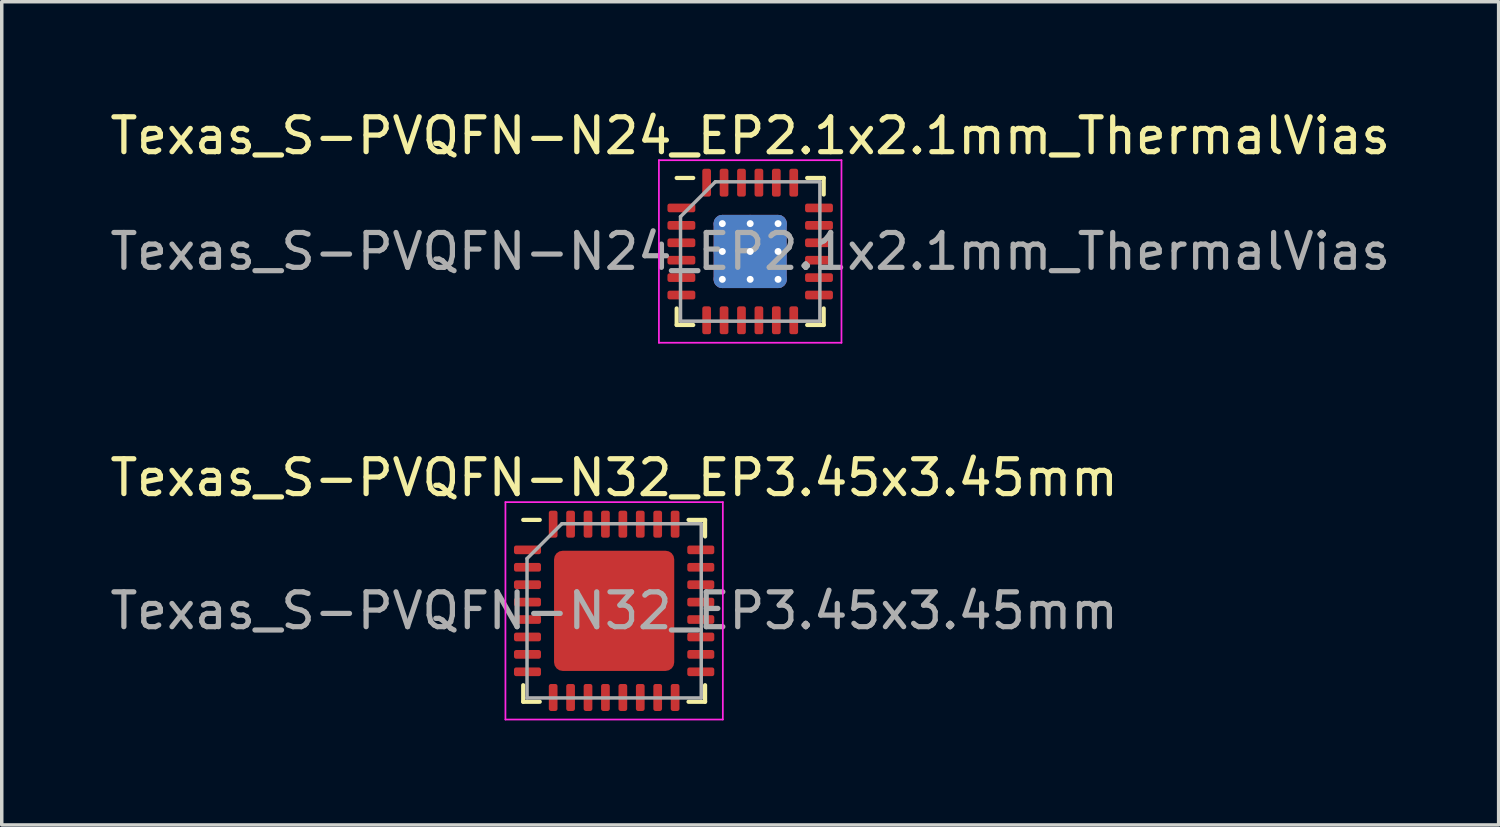
<source format=kicad_pcb>
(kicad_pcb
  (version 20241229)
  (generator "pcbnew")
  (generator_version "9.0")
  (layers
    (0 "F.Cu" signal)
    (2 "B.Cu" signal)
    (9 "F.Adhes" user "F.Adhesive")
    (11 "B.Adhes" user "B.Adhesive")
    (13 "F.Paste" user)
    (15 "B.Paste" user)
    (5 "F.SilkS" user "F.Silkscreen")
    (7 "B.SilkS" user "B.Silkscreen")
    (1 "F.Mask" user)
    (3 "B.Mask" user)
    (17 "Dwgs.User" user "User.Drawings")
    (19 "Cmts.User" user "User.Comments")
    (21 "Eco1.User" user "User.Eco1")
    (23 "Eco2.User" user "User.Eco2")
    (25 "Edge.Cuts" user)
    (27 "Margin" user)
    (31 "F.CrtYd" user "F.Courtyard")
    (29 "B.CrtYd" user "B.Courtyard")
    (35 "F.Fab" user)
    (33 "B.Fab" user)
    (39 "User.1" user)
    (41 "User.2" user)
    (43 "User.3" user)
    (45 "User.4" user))
  (footprint "Texas_S-PVQFN-N32_EP3.45x3.45mm"
    (layer "F.Cu")
    (at 14.577 14.482)
    (property "Reference" "Texas_S-PVQFN-N32_EP3.45x3.45mm" (at 0 -3.82 0) (layer "F.SilkS") (effects (font (size 1 1) (thickness 0.15))))
    (attr smd)
    (fp_line (start -2.61 2.61) (end -2.61 2.135) (stroke (width 0.12) (type solid)) (layer "F.SilkS"))
    (fp_line (start -2.135 -2.61) (end -2.61 -2.61) (stroke (width 0.12) (type solid)) (layer "F.SilkS"))
    (fp_line (start -2.135 2.61) (end -2.61 2.61) (stroke (width 0.12) (type solid)) (layer "F.SilkS"))
    (fp_line (start 2.135 -2.61) (end 2.61 -2.61) (stroke (width 0.12) (type solid)) (layer "F.SilkS"))
    (fp_line (start 2.135 2.61) (end 2.61 2.61) (stroke (width 0.12) (type solid)) (layer "F.SilkS"))
    (fp_line (start 2.61 -2.61) (end 2.61 -2.135) (stroke (width 0.12) (type solid)) (layer "F.SilkS"))
    (fp_line (start 2.61 2.61) (end 2.61 2.135) (stroke (width 0.12) (type solid)) (layer "F.SilkS"))
    (fp_line (start -3.12 -3.12) (end -3.12 3.12) (stroke (width 0.05) (type solid)) (layer "F.CrtYd"))
    (fp_line (start -3.12 3.12) (end 3.12 3.12) (stroke (width 0.05) (type solid)) (layer "F.CrtYd"))
    (fp_line (start 3.12 -3.12) (end -3.12 -3.12) (stroke (width 0.05) (type solid)) (layer "F.CrtYd"))
    (fp_line (start 3.12 3.12) (end 3.12 -3.12) (stroke (width 0.05) (type solid)) (layer "F.CrtYd"))
    (fp_line (start -2.5 -1.5) (end -1.5 -2.5) (stroke (width 0.1) (type solid)) (layer "F.Fab"))
    (fp_line (start -2.5 2.5) (end -2.5 -1.5) (stroke (width 0.1) (type solid)) (layer "F.Fab"))
    (fp_line (start -1.5 -2.5) (end 2.5 -2.5) (stroke (width 0.1) (type solid)) (layer "F.Fab"))
    (fp_line (start 2.5 -2.5) (end 2.5 2.5) (stroke (width 0.1) (type solid)) (layer "F.Fab"))
    (fp_line (start 2.5 2.5) (end -2.5 2.5) (stroke (width 0.1) (type solid)) (layer "F.Fab"))
    (fp_text user "${REFERENCE}" (at 0 0 0) (layer "F.Fab") (effects (font (size 1 1) (thickness 0.15))))
    (pad "" smd roundrect (at -1.15 -1.15) (size 0.93 0.93) (layers "F.Paste") (roundrect_rratio 0.25))
    (pad "" smd roundrect (at -1.15 0) (size 0.93 0.93) (layers "F.Paste") (roundrect_rratio 0.25))
    (pad "" smd roundrect (at -1.15 1.15) (size 0.93 0.93) (layers "F.Paste") (roundrect_rratio 0.25))
    (pad "" smd roundrect (at 0 -1.15) (size 0.93 0.93) (layers "F.Paste") (roundrect_rratio 0.25))
    (pad "" smd roundrect (at 0 0) (size 0.93 0.93) (layers "F.Paste") (roundrect_rratio 0.25))
    (pad "" smd roundrect (at 0 1.15) (size 0.93 0.93) (layers "F.Paste") (roundrect_rratio 0.25))
    (pad "" smd roundrect (at 1.15 -1.15) (size 0.93 0.93) (layers "F.Paste") (roundrect_rratio 0.25))
    (pad "" smd roundrect (at 1.15 0) (size 0.93 0.93) (layers "F.Paste") (roundrect_rratio 0.25))
    (pad "" smd roundrect (at 1.15 1.15) (size 0.93 0.93) (layers "F.Paste") (roundrect_rratio 0.25))
    (pad "1" smd roundrect (at -2.487 -1.75) (size 0.775 0.25) (layers "F.Cu" "F.Mask" "F.Paste") (roundrect_rratio 0.25))
    (pad "2" smd roundrect (at -2.487 -1.25) (size 0.775 0.25) (layers "F.Cu" "F.Mask" "F.Paste") (roundrect_rratio 0.25))
    (pad "3" smd roundrect (at -2.487 -0.75) (size 0.775 0.25) (layers "F.Cu" "F.Mask" "F.Paste") (roundrect_rratio 0.25))
    (pad "4" smd roundrect (at -2.487 -0.25) (size 0.775 0.25) (layers "F.Cu" "F.Mask" "F.Paste") (roundrect_rratio 0.25))
    (pad "5" smd roundrect (at -2.487 0.25) (size 0.775 0.25) (layers "F.Cu" "F.Mask" "F.Paste") (roundrect_rratio 0.25))
    (pad "6" smd roundrect (at -2.487 0.75) (size 0.775 0.25) (layers "F.Cu" "F.Mask" "F.Paste") (roundrect_rratio 0.25))
    (pad "7" smd roundrect (at -2.487 1.25) (size 0.775 0.25) (layers "F.Cu" "F.Mask" "F.Paste") (roundrect_rratio 0.25))
    (pad "8" smd roundrect (at -2.487 1.75) (size 0.775 0.25) (layers "F.Cu" "F.Mask" "F.Paste") (roundrect_rratio 0.25))
    (pad "9" smd roundrect (at -1.75 2.487) (size 0.25 0.775) (layers "F.Cu" "F.Mask" "F.Paste") (roundrect_rratio 0.25))
    (pad "10" smd roundrect (at -1.25 2.487) (size 0.25 0.775) (layers "F.Cu" "F.Mask" "F.Paste") (roundrect_rratio 0.25))
    (pad "11" smd roundrect (at -0.75 2.487) (size 0.25 0.775) (layers "F.Cu" "F.Mask" "F.Paste") (roundrect_rratio 0.25))
    (pad "12" smd roundrect (at -0.25 2.487) (size 0.25 0.775) (layers "F.Cu" "F.Mask" "F.Paste") (roundrect_rratio 0.25))
    (pad "13" smd roundrect (at 0.25 2.487) (size 0.25 0.775) (layers "F.Cu" "F.Mask" "F.Paste") (roundrect_rratio 0.25))
    (pad "14" smd roundrect (at 0.75 2.487) (size 0.25 0.775) (layers "F.Cu" "F.Mask" "F.Paste") (roundrect_rratio 0.25))
    (pad "15" smd roundrect (at 1.25 2.487) (size 0.25 0.775) (layers "F.Cu" "F.Mask" "F.Paste") (roundrect_rratio 0.25))
    (pad "16" smd roundrect (at 1.75 2.487) (size 0.25 0.775) (layers "F.Cu" "F.Mask" "F.Paste") (roundrect_rratio 0.25))
    (pad "17" smd roundrect (at 2.487 1.75) (size 0.775 0.25) (layers "F.Cu" "F.Mask" "F.Paste") (roundrect_rratio 0.25))
    (pad "18" smd roundrect (at 2.487 1.25) (size 0.775 0.25) (layers "F.Cu" "F.Mask" "F.Paste") (roundrect_rratio 0.25))
    (pad "19" smd roundrect (at 2.487 0.75) (size 0.775 0.25) (layers "F.Cu" "F.Mask" "F.Paste") (roundrect_rratio 0.25))
    (pad "20" smd roundrect (at 2.487 0.25) (size 0.775 0.25) (layers "F.Cu" "F.Mask" "F.Paste") (roundrect_rratio 0.25))
    (pad "21" smd roundrect (at 2.487 -0.25) (size 0.775 0.25) (layers "F.Cu" "F.Mask" "F.Paste") (roundrect_rratio 0.25))
    (pad "22" smd roundrect (at 2.487 -0.75) (size 0.775 0.25) (layers "F.Cu" "F.Mask" "F.Paste") (roundrect_rratio 0.25))
    (pad "23" smd roundrect (at 2.487 -1.25) (size 0.775 0.25) (layers "F.Cu" "F.Mask" "F.Paste") (roundrect_rratio 0.25))
    (pad "24" smd roundrect (at 2.487 -1.75) (size 0.775 0.25) (layers "F.Cu" "F.Mask" "F.Paste") (roundrect_rratio 0.25))
    (pad "25" smd roundrect (at 1.75 -2.487) (size 0.25 0.775) (layers "F.Cu" "F.Mask" "F.Paste") (roundrect_rratio 0.25))
    (pad "26" smd roundrect (at 1.25 -2.487) (size 0.25 0.775) (layers "F.Cu" "F.Mask" "F.Paste") (roundrect_rratio 0.25))
    (pad "27" smd roundrect (at 0.75 -2.487) (size 0.25 0.775) (layers "F.Cu" "F.Mask" "F.Paste") (roundrect_rratio 0.25))
    (pad "28" smd roundrect (at 0.25 -2.487) (size 0.25 0.775) (layers "F.Cu" "F.Mask" "F.Paste") (roundrect_rratio 0.25))
    (pad "29" smd roundrect (at -0.25 -2.487) (size 0.25 0.775) (layers "F.Cu" "F.Mask" "F.Paste") (roundrect_rratio 0.25))
    (pad "30" smd roundrect (at -0.75 -2.487) (size 0.25 0.775) (layers "F.Cu" "F.Mask" "F.Paste") (roundrect_rratio 0.25))
    (pad "31" smd roundrect (at -1.25 -2.487) (size 0.25 0.775) (layers "F.Cu" "F.Mask" "F.Paste") (roundrect_rratio 0.25))
    (pad "32" smd roundrect (at -1.75 -2.487) (size 0.25 0.775) (layers "F.Cu" "F.Mask" "F.Paste") (roundrect_rratio 0.25))
    (pad "33" smd roundrect (at 0 0) (size 3.45 3.45) (layers "F.Cu" "F.Mask") (roundrect_rratio 0.072)))
  (footprint "Texas_S-PVQFN-N24_EP2.1x2.1mm_ThermalVias"
    (layer "F.Cu")
    (at 18.482 4.168)
    (property "Reference" "Texas_S-PVQFN-N24_EP2.1x2.1mm_ThermalVias" (at 0 -3.32 0) (layer "F.SilkS") (effects (font (size 1 1) (thickness 0.15))))
    (attr smd)
    (fp_line (start -2.11 2.11) (end -2.11 1.635) (stroke (width 0.12) (type solid)) (layer "F.SilkS"))
    (fp_line (start -1.635 -2.11) (end -2.11 -2.11) (stroke (width 0.12) (type solid)) (layer "F.SilkS"))
    (fp_line (start -1.635 2.11) (end -2.11 2.11) (stroke (width 0.12) (type solid)) (layer "F.SilkS"))
    (fp_line (start 1.635 -2.11) (end 2.11 -2.11) (stroke (width 0.12) (type solid)) (layer "F.SilkS"))
    (fp_line (start 1.635 2.11) (end 2.11 2.11) (stroke (width 0.12) (type solid)) (layer "F.SilkS"))
    (fp_line (start 2.11 -2.11) (end 2.11 -1.635) (stroke (width 0.12) (type solid)) (layer "F.SilkS"))
    (fp_line (start 2.11 2.11) (end 2.11 1.635) (stroke (width 0.12) (type solid)) (layer "F.SilkS"))
    (fp_line (start -2.62 -2.62) (end -2.62 2.62) (stroke (width 0.05) (type solid)) (layer "F.CrtYd"))
    (fp_line (start -2.62 2.62) (end 2.62 2.62) (stroke (width 0.05) (type solid)) (layer "F.CrtYd"))
    (fp_line (start 2.62 -2.62) (end -2.62 -2.62) (stroke (width 0.05) (type solid)) (layer "F.CrtYd"))
    (fp_line (start 2.62 2.62) (end 2.62 -2.62) (stroke (width 0.05) (type solid)) (layer "F.CrtYd"))
    (fp_line (start -2 -1) (end -1 -2) (stroke (width 0.1) (type solid)) (layer "F.Fab"))
    (fp_line (start -2 2) (end -2 -1) (stroke (width 0.1) (type solid)) (layer "F.Fab"))
    (fp_line (start -1 -2) (end 2 -2) (stroke (width 0.1) (type solid)) (layer "F.Fab"))
    (fp_line (start 2 -2) (end 2 2) (stroke (width 0.1) (type solid)) (layer "F.Fab"))
    (fp_line (start 2 2) (end -2 2) (stroke (width 0.1) (type solid)) (layer "F.Fab"))
    (fp_text user "${REFERENCE}" (at 0 0 0) (layer "F.Fab") (effects (font (size 1 1) (thickness 0.15))))
    (pad "" smd custom (at -0.4 -0.4) (size 0.633 0.633) (layers "F.Paste") (options (anchor circle)) (primitives (gr_poly (pts (xy -0.371 -0.217) (xy -0.217 -0.371) (xy 0.217 -0.371) (xy 0.371 -0.217) (xy 0.371 0.217) (xy 0.217 0.371) (xy -0.217 0.371) (xy -0.371 0.217)) (width 0) (fill yes))))
    (pad "" smd custom (at -0.4 0.4) (size 0.633 0.633) (layers "F.Paste") (options (anchor circle)) (primitives (gr_poly (pts (xy -0.371 -0.217) (xy -0.217 -0.371) (xy 0.217 -0.371) (xy 0.371 -0.217) (xy 0.371 0.217) (xy 0.217 0.371) (xy -0.217 0.371) (xy -0.371 0.217)) (width 0) (fill yes))))
    (pad "" smd custom (at 0.4 -0.4) (size 0.633 0.633) (layers "F.Paste") (options (anchor circle)) (primitives (gr_poly (pts (xy -0.371 -0.217) (xy -0.217 -0.371) (xy 0.217 -0.371) (xy 0.371 -0.217) (xy 0.371 0.217) (xy 0.217 0.371) (xy -0.217 0.371) (xy -0.371 0.217)) (width 0) (fill yes))))
    (pad "" smd custom (at 0.4 0.4) (size 0.633 0.633) (layers "F.Paste") (options (anchor circle)) (primitives (gr_poly (pts (xy -0.371 -0.217) (xy -0.217 -0.371) (xy 0.217 -0.371) (xy 0.371 -0.217) (xy 0.371 0.217) (xy 0.217 0.371) (xy -0.217 0.371) (xy -0.371 0.217)) (width 0) (fill yes))))
    (pad "1" smd roundrect (at -1.975 -1.25) (size 0.8 0.25) (layers "F.Cu" "F.Mask" "F.Paste") (roundrect_rratio 0.25))
    (pad "2" smd roundrect (at -1.975 -0.75) (size 0.8 0.25) (layers "F.Cu" "F.Mask" "F.Paste") (roundrect_rratio 0.25))
    (pad "3" smd roundrect (at -1.975 -0.25) (size 0.8 0.25) (layers "F.Cu" "F.Mask" "F.Paste") (roundrect_rratio 0.25))
    (pad "4" smd roundrect (at -1.975 0.25) (size 0.8 0.25) (layers "F.Cu" "F.Mask" "F.Paste") (roundrect_rratio 0.25))
    (pad "5" smd roundrect (at -1.975 0.75) (size 0.8 0.25) (layers "F.Cu" "F.Mask" "F.Paste") (roundrect_rratio 0.25))
    (pad "6" smd roundrect (at -1.975 1.25) (size 0.8 0.25) (layers "F.Cu" "F.Mask" "F.Paste") (roundrect_rratio 0.25))
    (pad "7" smd roundrect (at -1.25 1.975) (size 0.25 0.8) (layers "F.Cu" "F.Mask" "F.Paste") (roundrect_rratio 0.25))
    (pad "8" smd roundrect (at -0.75 1.975) (size 0.25 0.8) (layers "F.Cu" "F.Mask" "F.Paste") (roundrect_rratio 0.25))
    (pad "9" smd roundrect (at -0.25 1.975) (size 0.25 0.8) (layers "F.Cu" "F.Mask" "F.Paste") (roundrect_rratio 0.25))
    (pad "10" smd roundrect (at 0.25 1.975) (size 0.25 0.8) (layers "F.Cu" "F.Mask" "F.Paste") (roundrect_rratio 0.25))
    (pad "11" smd roundrect (at 0.75 1.975) (size 0.25 0.8) (layers "F.Cu" "F.Mask" "F.Paste") (roundrect_rratio 0.25))
    (pad "12" smd roundrect (at 1.25 1.975) (size 0.25 0.8) (layers "F.Cu" "F.Mask" "F.Paste") (roundrect_rratio 0.25))
    (pad "13" smd roundrect (at 1.975 1.25) (size 0.8 0.25) (layers "F.Cu" "F.Mask" "F.Paste") (roundrect_rratio 0.25))
    (pad "14" smd roundrect (at 1.975 0.75) (size 0.8 0.25) (layers "F.Cu" "F.Mask" "F.Paste") (roundrect_rratio 0.25))
    (pad "15" smd roundrect (at 1.975 0.25) (size 0.8 0.25) (layers "F.Cu" "F.Mask" "F.Paste") (roundrect_rratio 0.25))
    (pad "16" smd roundrect (at 1.975 -0.25) (size 0.8 0.25) (layers "F.Cu" "F.Mask" "F.Paste") (roundrect_rratio 0.25))
    (pad "17" smd roundrect (at 1.975 -0.75) (size 0.8 0.25) (layers "F.Cu" "F.Mask" "F.Paste") (roundrect_rratio 0.25))
    (pad "18" smd roundrect (at 1.975 -1.25) (size 0.8 0.25) (layers "F.Cu" "F.Mask" "F.Paste") (roundrect_rratio 0.25))
    (pad "19" smd roundrect (at 1.25 -1.975) (size 0.25 0.8) (layers "F.Cu" "F.Mask" "F.Paste") (roundrect_rratio 0.25))
    (pad "20" smd roundrect (at 0.75 -1.975) (size 0.25 0.8) (layers "F.Cu" "F.Mask" "F.Paste") (roundrect_rratio 0.25))
    (pad "21" smd roundrect (at 0.25 -1.975) (size 0.25 0.8) (layers "F.Cu" "F.Mask" "F.Paste") (roundrect_rratio 0.25))
    (pad "22" smd roundrect (at -0.25 -1.975) (size 0.25 0.8) (layers "F.Cu" "F.Mask" "F.Paste") (roundrect_rratio 0.25))
    (pad "23" smd roundrect (at -0.75 -1.975) (size 0.25 0.8) (layers "F.Cu" "F.Mask" "F.Paste") (roundrect_rratio 0.25))
    (pad "24" smd roundrect (at -1.25 -1.975) (size 0.25 0.8) (layers "F.Cu" "F.Mask" "F.Paste") (roundrect_rratio 0.25))
    (pad "25" thru_hole circle (at -0.8 -0.8) (size 0.5 0.5) (drill 0.2) (layers "*.Cu"))
    (pad "25" thru_hole circle (at -0.8 0) (size 0.5 0.5) (drill 0.2) (layers "*.Cu"))
    (pad "25" thru_hole circle (at -0.8 0.8) (size 0.5 0.5) (drill 0.2) (layers "*.Cu"))
    (pad "25" thru_hole circle (at 0 -0.8) (size 0.5 0.5) (drill 0.2) (layers "*.Cu"))
    (pad "25" thru_hole circle (at 0 0) (size 0.5 0.5) (drill 0.2) (layers "*.Cu"))
    (pad "25" smd roundrect (at 0 0) (size 2.1 2.1) (layers "F.Cu" "F.Mask") (roundrect_rratio 0.119))
    (pad "25" smd roundrect (at 0 0) (size 2.1 2.1) (layers "B.Cu") (roundrect_rratio 0.119))
    (pad "25" thru_hole circle (at 0 0.8) (size 0.5 0.5) (drill 0.2) (layers "*.Cu"))
    (pad "25" thru_hole circle (at 0.8 -0.8) (size 0.5 0.5) (drill 0.2) (layers "*.Cu"))
    (pad "25" thru_hole circle (at 0.8 0) (size 0.5 0.5) (drill 0.2) (layers "*.Cu"))
    (pad "25" thru_hole circle (at 0.8 0.8) (size 0.5 0.5) (drill 0.2) (layers "*.Cu")))
  (gr_rect
    (start -3 -3)
    (end 39.964 20.627)
    (stroke (width 0.1) (type default))
    (fill no)
    (layer "Edge.Cuts")))
</source>
